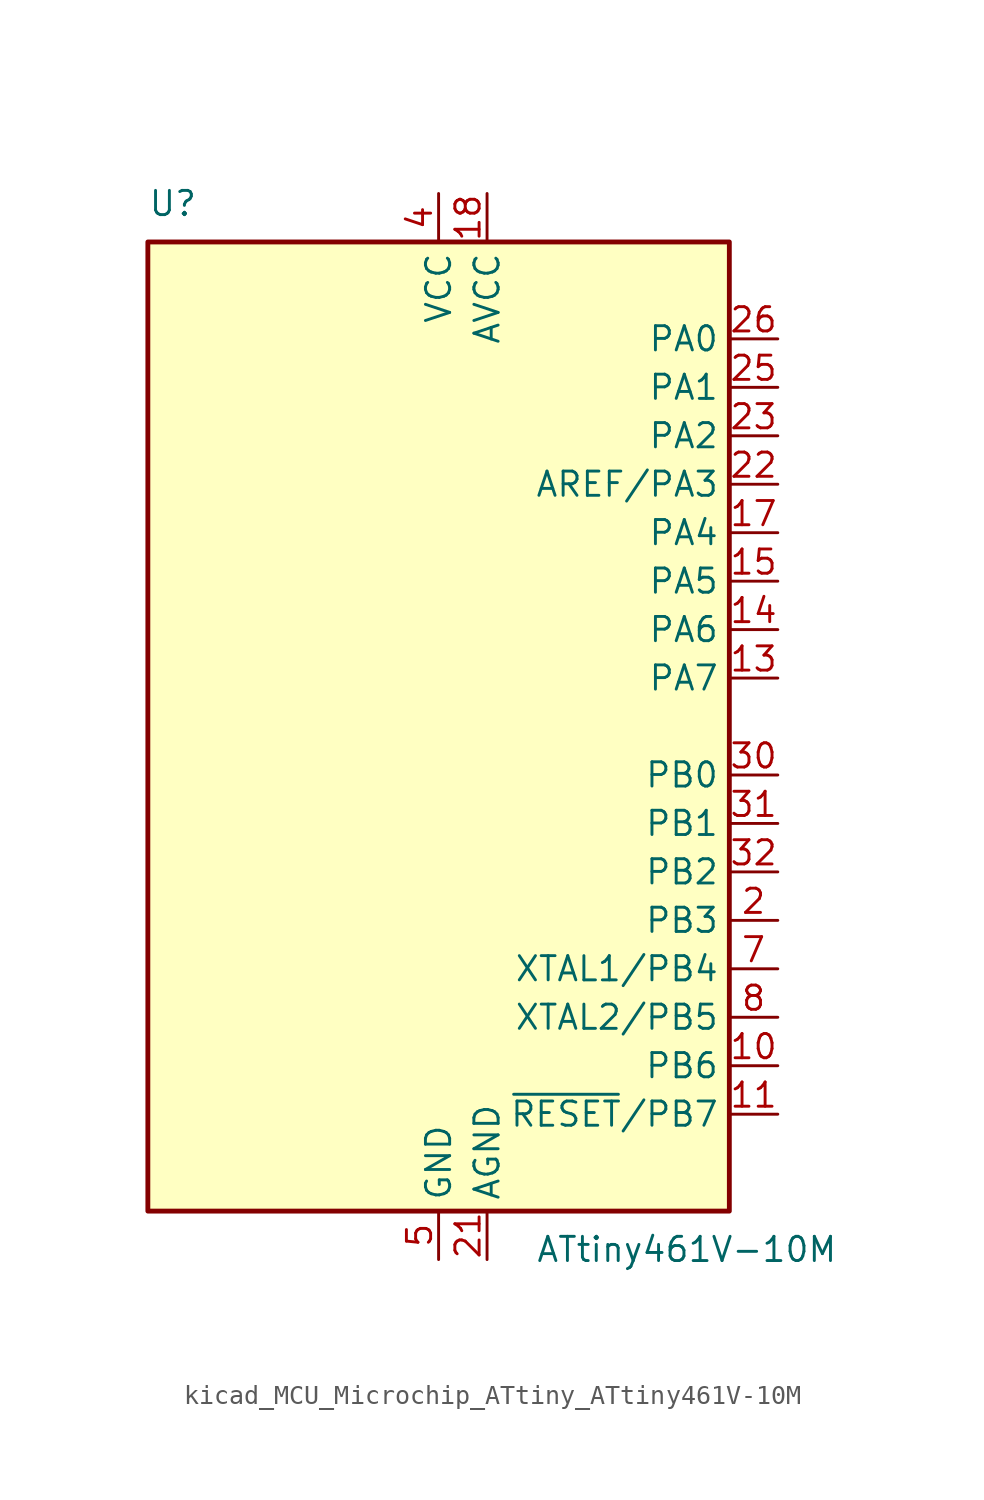
<source format=kicad_sym>
(kicad_symbol_lib
  (version 20220914)
  (generator kicad_symbol_editor)
  (symbol "kicad_MCU_Microchip_ATtiny_ATtiny461V-10M"
    (property "Reference" "U"
      (at -15.24 26.67 0)
      (effects (font (size 1.27 1.27)) (justify left bottom)))
    (property "Value" "ATtiny461V-10M"
      (at 5.08 -26.67 0)
      (effects (font (size 1.27 1.27)) (justify left top)))
    (symbol "kicad_MCU_Microchip_ATtiny_ATtiny461V-10M_0_1"
      (rectangle (start -15.24 -25.4) (end 15.24 25.4) (stroke (width 0.254) (type default)) (fill (type background))))
    (symbol "kicad_MCU_Microchip_ATtiny_ATtiny461V-10M_1_1"
      (pin no_connect line (at -15.24 5.08 0) (length 2.54) hide (name "NC" (effects (font (size 1.27 1.27)))) (number "1" (effects (font (size 1.27 1.27)))))
      (pin bidirectional line (at 17.78 -17.78 180) (length 2.54) (name "PB6" (effects (font (size 1.27 1.27)))) (number "10" (effects (font (size 1.27 1.27)))))
      (pin bidirectional line (at 17.78 -20.32 180) (length 2.54) (name "~{RESET}/PB7" (effects (font (size 1.27 1.27)))) (number "11" (effects (font (size 1.27 1.27)))))
      (pin no_connect line (at -15.24 -5.08 0) (length 2.54) hide (name "NC" (effects (font (size 1.27 1.27)))) (number "12" (effects (font (size 1.27 1.27)))))
      (pin bidirectional line (at 17.78 2.54 180) (length 2.54) (name "PA7" (effects (font (size 1.27 1.27)))) (number "13" (effects (font (size 1.27 1.27)))))
      (pin bidirectional line (at 17.78 5.08 180) (length 2.54) (name "PA6" (effects (font (size 1.27 1.27)))) (number "14" (effects (font (size 1.27 1.27)))))
      (pin bidirectional line (at 17.78 7.62 180) (length 2.54) (name "PA5" (effects (font (size 1.27 1.27)))) (number "15" (effects (font (size 1.27 1.27)))))
      (pin no_connect line (at -15.24 -7.62 0) (length 2.54) hide (name "NC" (effects (font (size 1.27 1.27)))) (number "16" (effects (font (size 1.27 1.27)))))
      (pin bidirectional line (at 17.78 10.16 180) (length 2.54) (name "PA4" (effects (font (size 1.27 1.27)))) (number "17" (effects (font (size 1.27 1.27)))))
      (pin power_in line (at 2.54 27.94 270) (length 2.54) (name "AVCC" (effects (font (size 1.27 1.27)))) (number "18" (effects (font (size 1.27 1.27)))))
      (pin no_connect line (at -15.24 -10.16 0) (length 2.54) hide (name "NC" (effects (font (size 1.27 1.27)))) (number "19" (effects (font (size 1.27 1.27)))))
      (pin bidirectional line (at 17.78 -10.16 180) (length 2.54) (name "PB3" (effects (font (size 1.27 1.27)))) (number "2" (effects (font (size 1.27 1.27)))))
      (pin no_connect line (at -15.24 -12.7 0) (length 2.54) hide (name "NC" (effects (font (size 1.27 1.27)))) (number "20" (effects (font (size 1.27 1.27)))))
      (pin power_in line (at 2.54 -27.94 90) (length 2.54) (name "AGND" (effects (font (size 1.27 1.27)))) (number "21" (effects (font (size 1.27 1.27)))))
      (pin bidirectional line (at 17.78 12.7 180) (length 2.54) (name "AREF/PA3" (effects (font (size 1.27 1.27)))) (number "22" (effects (font (size 1.27 1.27)))))
      (pin bidirectional line (at 17.78 15.24 180) (length 2.54) (name "PA2" (effects (font (size 1.27 1.27)))) (number "23" (effects (font (size 1.27 1.27)))))
      (pin no_connect line (at -15.24 -15.24 0) (length 2.54) hide (name "NC" (effects (font (size 1.27 1.27)))) (number "24" (effects (font (size 1.27 1.27)))))
      (pin bidirectional line (at 17.78 17.78 180) (length 2.54) (name "PA1" (effects (font (size 1.27 1.27)))) (number "25" (effects (font (size 1.27 1.27)))))
      (pin bidirectional line (at 17.78 20.32 180) (length 2.54) (name "PA0" (effects (font (size 1.27 1.27)))) (number "26" (effects (font (size 1.27 1.27)))))
      (pin no_connect line (at -15.24 -17.78 0) (length 2.54) hide (name "NC" (effects (font (size 1.27 1.27)))) (number "27" (effects (font (size 1.27 1.27)))))
      (pin no_connect line (at -15.24 -20.32 0) (length 2.54) hide (name "NC" (effects (font (size 1.27 1.27)))) (number "28" (effects (font (size 1.27 1.27)))))
      (pin no_connect line (at -15.24 -22.86 0) (length 2.54) hide (name "NC" (effects (font (size 1.27 1.27)))) (number "29" (effects (font (size 1.27 1.27)))))
      (pin no_connect line (at -15.24 2.54 0) (length 2.54) hide (name "NC" (effects (font (size 1.27 1.27)))) (number "3" (effects (font (size 1.27 1.27)))))
      (pin bidirectional line (at 17.78 -2.54 180) (length 2.54) (name "PB0" (effects (font (size 1.27 1.27)))) (number "30" (effects (font (size 1.27 1.27)))))
      (pin bidirectional line (at 17.78 -5.08 180) (length 2.54) (name "PB1" (effects (font (size 1.27 1.27)))) (number "31" (effects (font (size 1.27 1.27)))))
      (pin bidirectional line (at 17.78 -7.62 180) (length 2.54) (name "PB2" (effects (font (size 1.27 1.27)))) (number "32" (effects (font (size 1.27 1.27)))))
      (pin passive line (at 0 -27.94 90) (length 2.54) hide (name "GND" (effects (font (size 1.27 1.27)))) (number "33" (effects (font (size 1.27 1.27)))))
      (pin power_in line (at 0 27.94 270) (length 2.54) (name "VCC" (effects (font (size 1.27 1.27)))) (number "4" (effects (font (size 1.27 1.27)))))
      (pin power_in line (at 0 -27.94 90) (length 2.54) (name "GND" (effects (font (size 1.27 1.27)))) (number "5" (effects (font (size 1.27 1.27)))))
      (pin no_connect line (at -15.24 0 0) (length 2.54) hide (name "NC" (effects (font (size 1.27 1.27)))) (number "6" (effects (font (size 1.27 1.27)))))
      (pin bidirectional line (at 17.78 -12.7 180) (length 2.54) (name "XTAL1/PB4" (effects (font (size 1.27 1.27)))) (number "7" (effects (font (size 1.27 1.27)))))
      (pin bidirectional line (at 17.78 -15.24 180) (length 2.54) (name "XTAL2/PB5" (effects (font (size 1.27 1.27)))) (number "8" (effects (font (size 1.27 1.27)))))
      (pin no_connect line (at -15.24 -2.54 0) (length 2.54) hide (name "NC" (effects (font (size 1.27 1.27)))) (number "9" (effects (font (size 1.27 1.27))))))))
</source>
